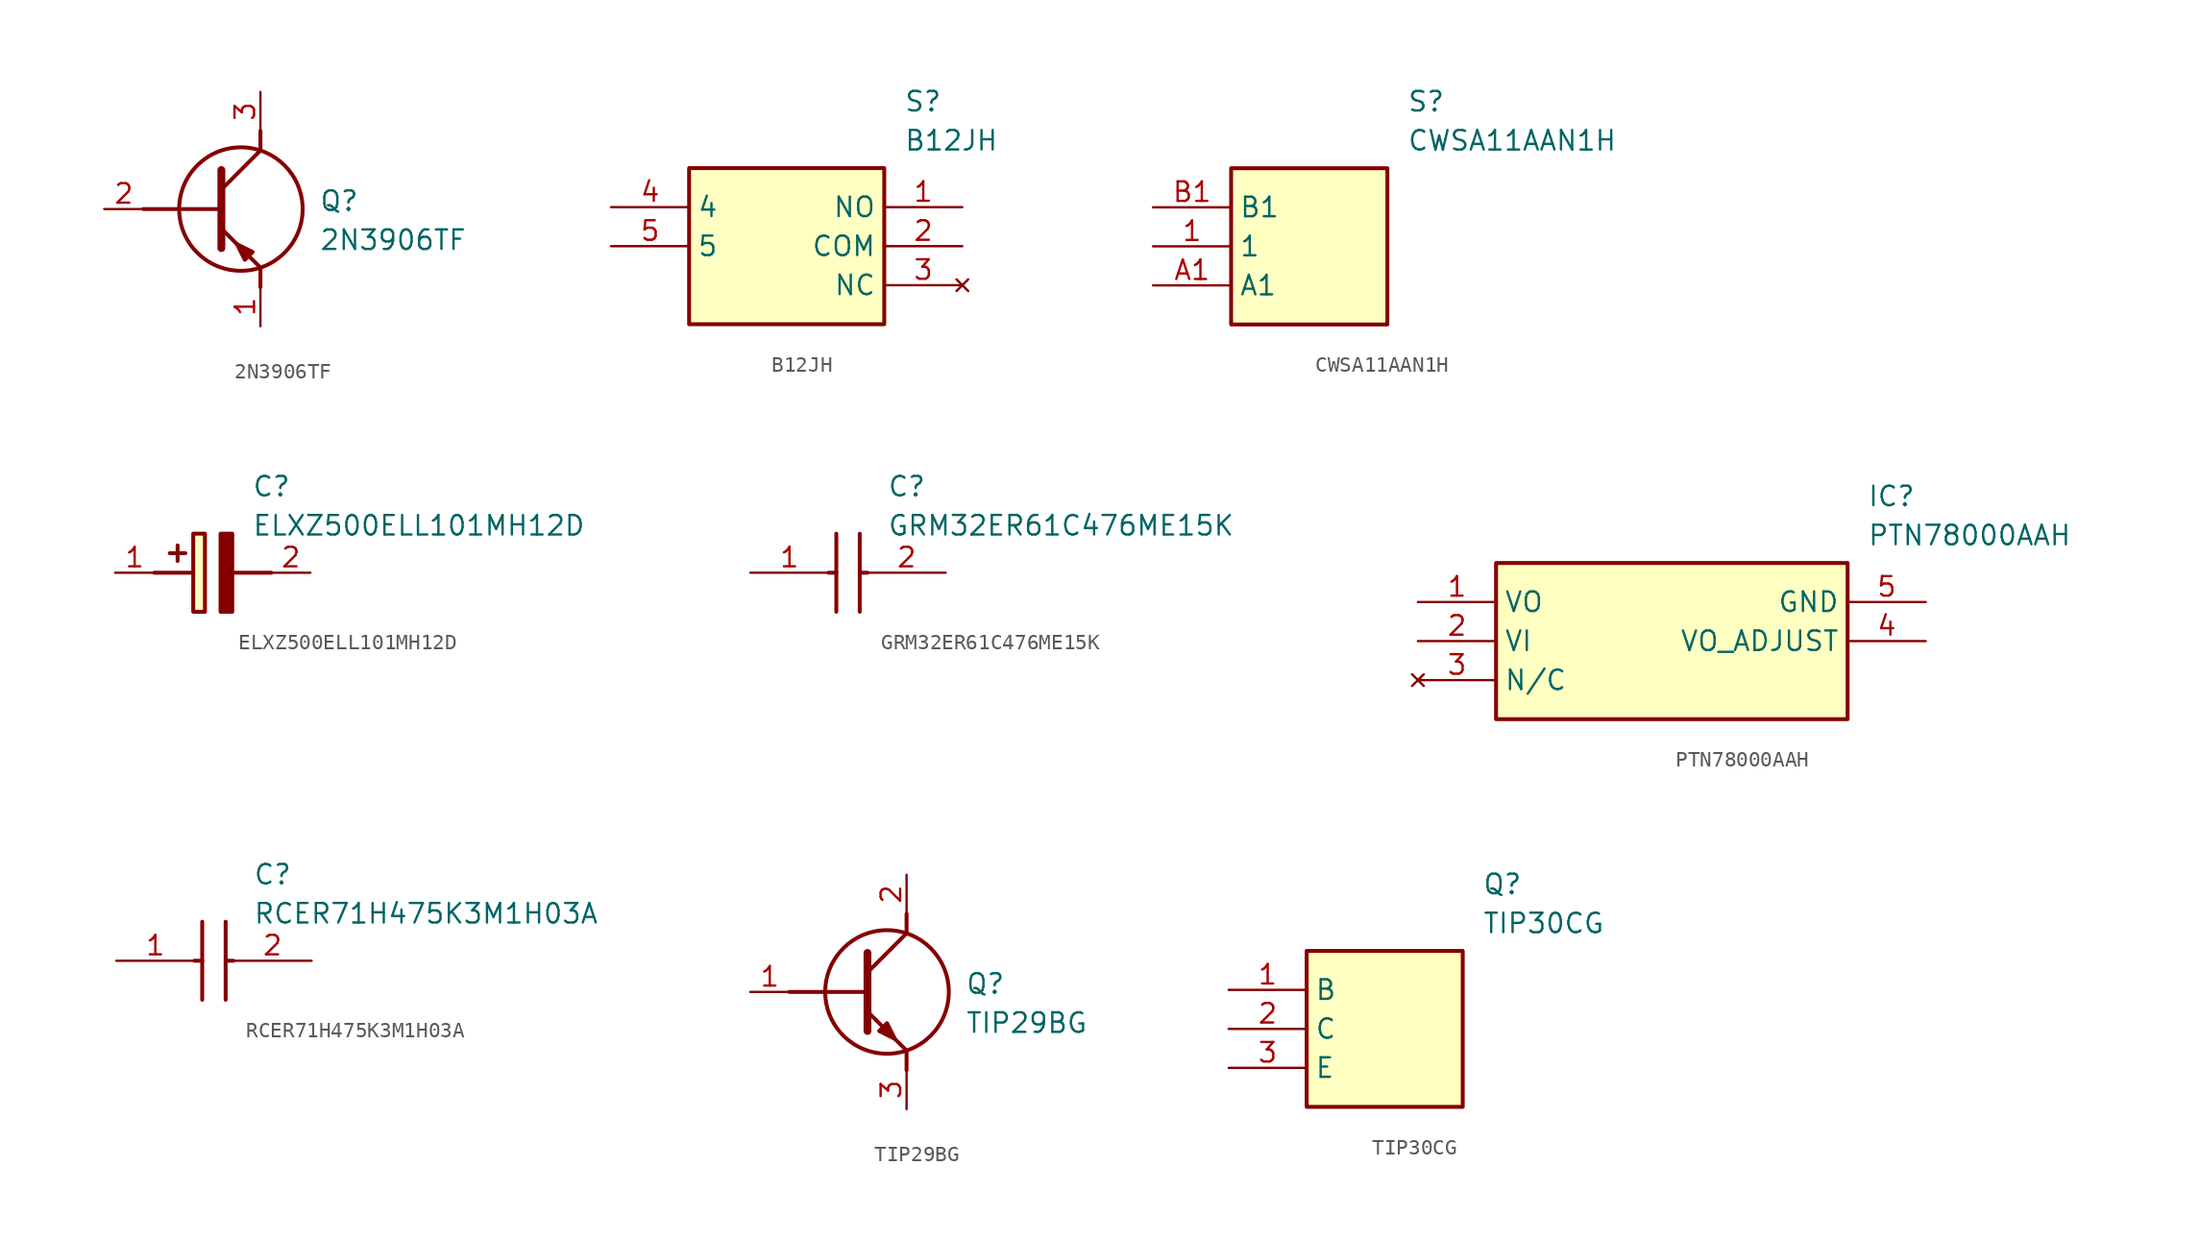
<source format=kicad_sym>
(kicad_symbol_lib
  (version 20220914)
  (generator SamacSys_ECAD_Model)
  (symbol "2N3906TF"
    (pin_names hide)
    (property "Reference" "Q"
      (at 13.97 1.27 0)
      (effects (font (size 1.27 1.27)) (justify left top)))
    (property "Value" "2N3906TF"
      (at 13.97 -1.27 0)
      (effects (font (size 1.27 1.27)) (justify left top)))
    (polyline
      (pts (xy 7.62 2.54) (xy 7.62 -2.54))
      (stroke (width 0.508) (type default))
      (fill (type none)))
    (polyline
      (pts (xy 7.62 1.27) (xy 10.16 3.81))
      (stroke (width 0.254) (type default))
      (fill (type none)))
    (polyline
      (pts (xy 7.62 -1.27) (xy 10.16 -3.81))
      (stroke (width 0.254) (type default))
      (fill (type none)))
    (polyline
      (pts (xy 10.16 -3.81) (xy 10.16 -5.08))
      (stroke (width 0.254) (type default))
      (fill (type none)))
    (polyline
      (pts (xy 10.16 3.81) (xy 10.16 5.08))
      (stroke (width 0.254) (type default))
      (fill (type none)))
    (polyline
      (pts (xy 2.54 0) (xy 7.62 0))
      (stroke (width 0.254) (type default))
      (fill (type none)))
    (circle
      (center 8.89 0)
      (radius 4.016)
      (stroke (width 0.254) (type default))
      (fill (type none)))
    (polyline
      (pts (xy 9.652 -2.794) (xy 9.144 -3.302) (xy 8.636 -2.286) (xy 9.652 -2.794))
      (stroke (width 0.254) (type default))
      (fill (type outline)))
    (pin passive line
      (at 0 0 0)
      (length 2.54)
      (name "B" (effects (font (size 1.27 1.27))))
      (number "2" (effects (font (size 1.27 1.27)))))
    (pin passive line
      (at 10.16 -7.62 90)
      (length 2.54)
      (name "E" (effects (font (size 1.27 1.27))))
      (number "1" (effects (font (size 1.27 1.27)))))
    (pin passive line
      (at 10.16 7.62 270)
      (length 2.54)
      (name "C" (effects (font (size 1.27 1.27))))
      (number "3" (effects (font (size 1.27 1.27))))))
  (symbol "B12JH"
    (property "Reference" "S"
      (at 19.05 7.62 0)
      (effects (font (size 1.27 1.27)) (justify left top)))
    (property "Value" "B12JH"
      (at 19.05 5.08 0)
      (effects (font (size 1.27 1.27)) (justify left top)))
    (rectangle
      (start 5.08 2.54)
      (end 17.78 -7.62)
      (stroke (width 0.254) (type default))
      (fill (type background)))
    (pin passive line
      (at 22.86 0 180)
      (length 5.08)
      (name "NO" (effects (font (size 1.27 1.27))))
      (number "1" (effects (font (size 1.27 1.27)))))
    (pin passive line
      (at 22.86 -2.54 180)
      (length 5.08)
      (name "COM" (effects (font (size 1.27 1.27))))
      (number "2" (effects (font (size 1.27 1.27)))))
    (pin no_connect line
      (at 22.86 -5.08 180)
      (length 5.08)
      (name "NC" (effects (font (size 1.27 1.27))))
      (number "3" (effects (font (size 1.27 1.27)))))
    (pin passive line
      (at 0 0 0)
      (length 5.08)
      (name "4" (effects (font (size 1.27 1.27))))
      (number "4" (effects (font (size 1.27 1.27)))))
    (pin passive line
      (at 0 -2.54 0)
      (length 5.08)
      (name "5" (effects (font (size 1.27 1.27))))
      (number "5" (effects (font (size 1.27 1.27))))))
  (symbol "CWSA11AAN1H"
    (property "Reference" "S"
      (at 16.51 7.62 0)
      (effects (font (size 1.27 1.27)) (justify left top)))
    (property "Value" "CWSA11AAN1H"
      (at 16.51 5.08 0)
      (effects (font (size 1.27 1.27)) (justify left top)))
    (rectangle
      (start 5.08 2.54)
      (end 15.24 -7.62)
      (stroke (width 0.254) (type default))
      (fill (type background)))
    (pin passive line
      (at 0 -2.54 0)
      (length 5.08)
      (name "1" (effects (font (size 1.27 1.27))))
      (number "1" (effects (font (size 1.27 1.27)))))
    (pin passive line
      (at 0 -5.08 0)
      (length 5.08)
      (name "A1" (effects (font (size 1.27 1.27))))
      (number "A1" (effects (font (size 1.27 1.27)))))
    (pin passive line
      (at 0 0 0)
      (length 5.08)
      (name "B1" (effects (font (size 1.27 1.27))))
      (number "B1" (effects (font (size 1.27 1.27))))))
  (symbol "ELXZ500ELL101MH12D"
    (pin_names hide)
    (property "Reference" "C"
      (at 8.89 6.35 0)
      (effects (font (size 1.27 1.27)) (justify left top)))
    (property "Value" "ELXZ500ELL101MH12D"
      (at 8.89 3.81 0)
      (effects (font (size 1.27 1.27)) (justify left top)))
    (rectangle
      (start 5.08 2.54)
      (end 5.842 -2.54)
      (stroke (width 0.254) (type default))
      (fill (type background)))
    (polyline
      (pts (xy 4.572 1.27) (xy 3.556 1.27))
      (stroke (width 0.254) (type default))
      (fill (type none)))
    (polyline
      (pts (xy 4.064 1.778) (xy 4.064 0.762))
      (stroke (width 0.254) (type default))
      (fill (type none)))
    (polyline
      (pts (xy 2.54 0) (xy 5.08 0))
      (stroke (width 0.254) (type default))
      (fill (type none)))
    (polyline
      (pts (xy 7.62 0) (xy 10.16 0))
      (stroke (width 0.254) (type default))
      (fill (type none)))
    (polyline
      (pts (xy 7.62 2.54) (xy 7.62 -2.54) (xy 6.858 -2.54) (xy 6.858 2.54) (xy 7.62 2.54))
      (stroke (width 0.254) (type default))
      (fill (type outline)))
    (pin passive line
      (at 0 0 0)
      (length 2.54)
      (name "+" (effects (font (size 1.27 1.27))))
      (number "1" (effects (font (size 1.27 1.27)))))
    (pin passive line
      (at 12.7 0 180)
      (length 2.54)
      (name "-" (effects (font (size 1.27 1.27))))
      (number "2" (effects (font (size 1.27 1.27))))))
  (symbol "GRM32ER61C476ME15K"
    (pin_names hide)
    (property "Reference" "C"
      (at 8.89 6.35 0)
      (effects (font (size 1.27 1.27)) (justify left top)))
    (property "Value" "GRM32ER61C476ME15K"
      (at 8.89 3.81 0)
      (effects (font (size 1.27 1.27)) (justify left top)))
    (polyline
      (pts (xy 5.588 2.54) (xy 5.588 -2.54))
      (stroke (width 0.254) (type default))
      (fill (type none)))
    (polyline
      (pts (xy 7.112 2.54) (xy 7.112 -2.54))
      (stroke (width 0.254) (type default))
      (fill (type none)))
    (polyline
      (pts (xy 5.08 0) (xy 5.588 0))
      (stroke (width 0.254) (type default))
      (fill (type none)))
    (polyline
      (pts (xy 7.112 0) (xy 7.62 0))
      (stroke (width 0.254) (type default))
      (fill (type none)))
    (pin passive line
      (at 0 0 0)
      (length 5.08)
      (name "1" (effects (font (size 1.27 1.27))))
      (number "1" (effects (font (size 1.27 1.27)))))
    (pin passive line
      (at 12.7 0 180)
      (length 5.08)
      (name "2" (effects (font (size 1.27 1.27))))
      (number "2" (effects (font (size 1.27 1.27))))))
  (symbol "PTN78000AAH"
    (property "Reference" "IC"
      (at 29.21 7.62 0)
      (effects (font (size 1.27 1.27)) (justify left top)))
    (property "Value" "PTN78000AAH"
      (at 29.21 5.08 0)
      (effects (font (size 1.27 1.27)) (justify left top)))
    (rectangle
      (start 5.08 2.54)
      (end 27.94 -7.62)
      (stroke (width 0.254) (type default))
      (fill (type background)))
    (pin passive line
      (at 0 0 0)
      (length 5.08)
      (name "VO" (effects (font (size 1.27 1.27))))
      (number "1" (effects (font (size 1.27 1.27)))))
    (pin passive line
      (at 0 -2.54 0)
      (length 5.08)
      (name "VI" (effects (font (size 1.27 1.27))))
      (number "2" (effects (font (size 1.27 1.27)))))
    (pin no_connect line
      (at 0 -5.08 0)
      (length 5.08)
      (name "N/C" (effects (font (size 1.27 1.27))))
      (number "3" (effects (font (size 1.27 1.27)))))
    (pin passive line
      (at 33.02 -2.54 180)
      (length 5.08)
      (name "VO_ADJUST" (effects (font (size 1.27 1.27))))
      (number "4" (effects (font (size 1.27 1.27)))))
    (pin power_in line
      (at 33.02 0 180)
      (length 5.08)
      (name "GND" (effects (font (size 1.27 1.27))))
      (number "5" (effects (font (size 1.27 1.27))))))
  (symbol "RCER71H475K3M1H03A"
    (pin_names hide)
    (property "Reference" "C"
      (at 8.89 6.35 0)
      (effects (font (size 1.27 1.27)) (justify left top)))
    (property "Value" "RCER71H475K3M1H03A"
      (at 8.89 3.81 0)
      (effects (font (size 1.27 1.27)) (justify left top)))
    (polyline
      (pts (xy 5.588 2.54) (xy 5.588 -2.54))
      (stroke (width 0.254) (type default))
      (fill (type none)))
    (polyline
      (pts (xy 7.112 2.54) (xy 7.112 -2.54))
      (stroke (width 0.254) (type default))
      (fill (type none)))
    (polyline
      (pts (xy 5.08 0) (xy 5.588 0))
      (stroke (width 0.254) (type default))
      (fill (type none)))
    (polyline
      (pts (xy 7.112 0) (xy 7.62 0))
      (stroke (width 0.254) (type default))
      (fill (type none)))
    (pin passive line
      (at 0 0 0)
      (length 5.08)
      (name "1" (effects (font (size 1.27 1.27))))
      (number "1" (effects (font (size 1.27 1.27)))))
    (pin passive line
      (at 12.7 0 180)
      (length 5.08)
      (name "2" (effects (font (size 1.27 1.27))))
      (number "2" (effects (font (size 1.27 1.27))))))
  (symbol "TIP29BG"
    (pin_names hide)
    (property "Reference" "Q"
      (at 13.97 1.27 0)
      (effects (font (size 1.27 1.27)) (justify left top)))
    (property "Value" "TIP29BG"
      (at 13.97 -1.27 0)
      (effects (font (size 1.27 1.27)) (justify left top)))
    (polyline
      (pts (xy 7.62 2.54) (xy 7.62 -2.54))
      (stroke (width 0.508) (type default))
      (fill (type none)))
    (polyline
      (pts (xy 7.62 1.27) (xy 10.16 3.81))
      (stroke (width 0.254) (type default))
      (fill (type none)))
    (polyline
      (pts (xy 7.62 -1.27) (xy 10.16 -3.81))
      (stroke (width 0.254) (type default))
      (fill (type none)))
    (polyline
      (pts (xy 10.16 -3.81) (xy 10.16 -5.08))
      (stroke (width 0.254) (type default))
      (fill (type none)))
    (polyline
      (pts (xy 10.16 3.81) (xy 10.16 5.08))
      (stroke (width 0.254) (type default))
      (fill (type none)))
    (polyline
      (pts (xy 2.54 0) (xy 7.62 0))
      (stroke (width 0.254) (type default))
      (fill (type none)))
    (circle
      (center 8.89 0)
      (radius 4.016)
      (stroke (width 0.254) (type default))
      (fill (type none)))
    (polyline
      (pts (xy 8.382 -2.54) (xy 8.89 -2.032) (xy 9.398 -3.048) (xy 8.382 -2.54))
      (stroke (width 0.254) (type default))
      (fill (type outline)))
    (pin passive line
      (at 0 0 0)
      (length 2.54)
      (name "B" (effects (font (size 1.27 1.27))))
      (number "1" (effects (font (size 1.27 1.27)))))
    (pin passive line
      (at 10.16 -7.62 90)
      (length 2.54)
      (name "E" (effects (font (size 1.27 1.27))))
      (number "3" (effects (font (size 1.27 1.27)))))
    (pin passive line
      (at 10.16 7.62 270)
      (length 2.54)
      (name "C" (effects (font (size 1.27 1.27))))
      (number "2" (effects (font (size 1.27 1.27))))))
  (symbol "TIP30CG"
    (property "Reference" "Q"
      (at 16.51 7.62 0)
      (effects (font (size 1.27 1.27)) (justify left top)))
    (property "Value" "TIP30CG"
      (at 16.51 5.08 0)
      (effects (font (size 1.27 1.27)) (justify left top)))
    (rectangle
      (start 5.08 2.54)
      (end 15.24 -7.62)
      (stroke (width 0.254) (type default))
      (fill (type background)))
    (pin passive line
      (at 0 0 0)
      (length 5.08)
      (name "B" (effects (font (size 1.27 1.27))))
      (number "1" (effects (font (size 1.27 1.27)))))
    (pin passive line
      (at 0 -2.54 0)
      (length 5.08)
      (name "C" (effects (font (size 1.27 1.27))))
      (number "2" (effects (font (size 1.27 1.27)))))
    (pin passive line
      (at 0 -5.08 0)
      (length 5.08)
      (name "E" (effects (font (size 1.27 1.27))))
      (number "3" (effects (font (size 1.27 1.27)))))))
</source>
